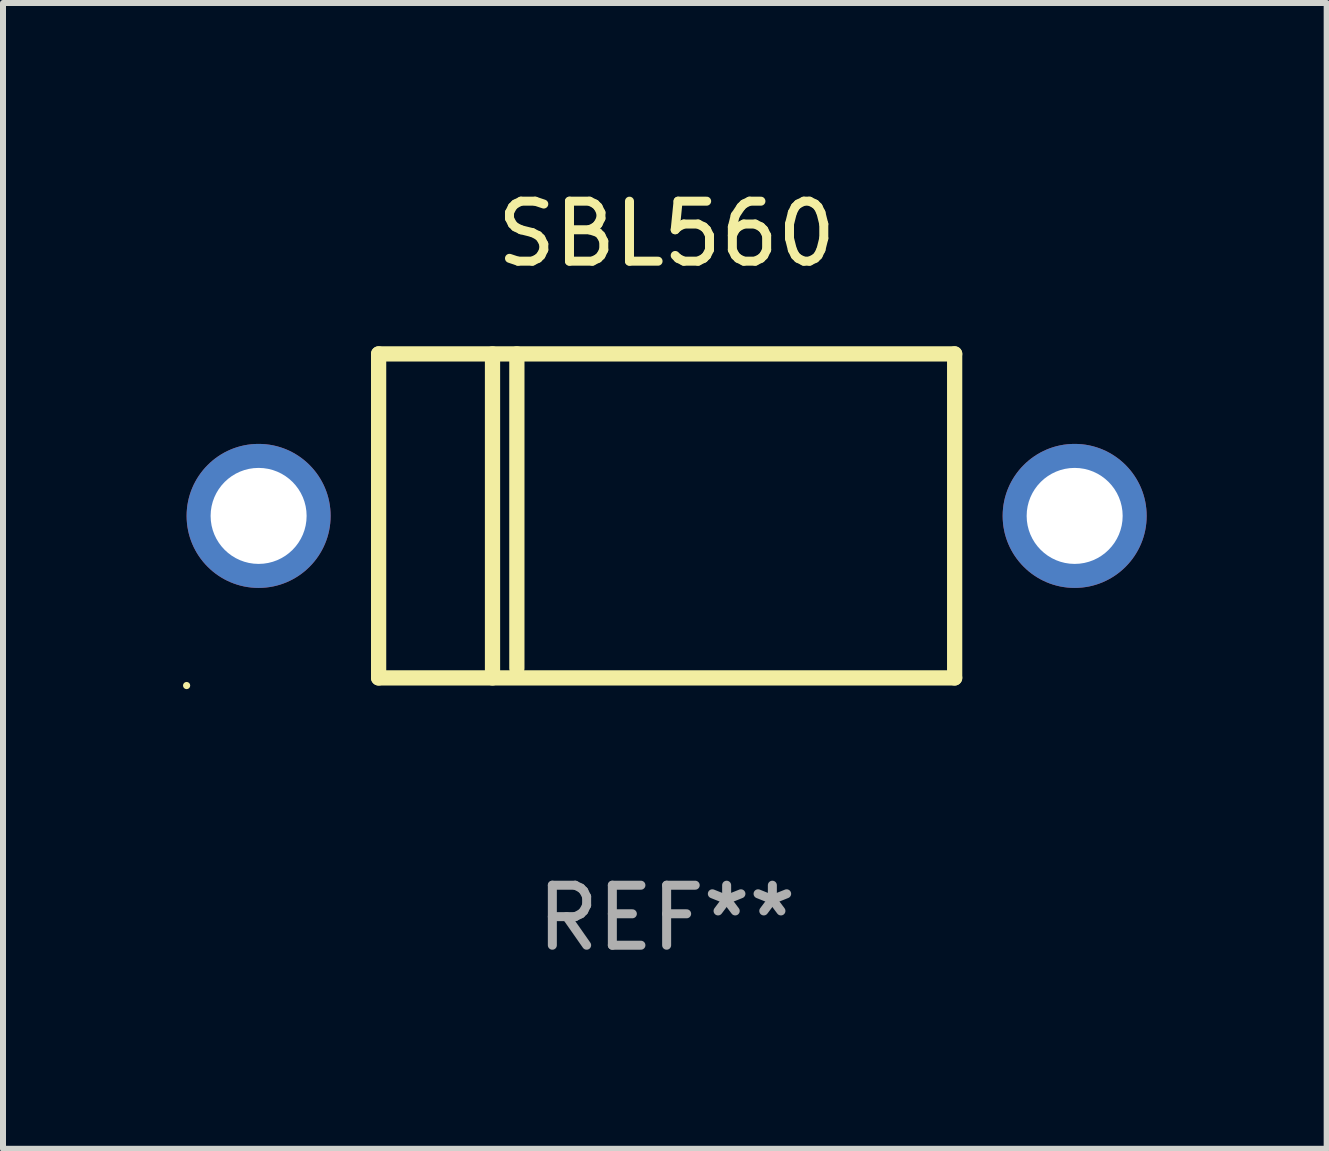
<source format=kicad_pcb>
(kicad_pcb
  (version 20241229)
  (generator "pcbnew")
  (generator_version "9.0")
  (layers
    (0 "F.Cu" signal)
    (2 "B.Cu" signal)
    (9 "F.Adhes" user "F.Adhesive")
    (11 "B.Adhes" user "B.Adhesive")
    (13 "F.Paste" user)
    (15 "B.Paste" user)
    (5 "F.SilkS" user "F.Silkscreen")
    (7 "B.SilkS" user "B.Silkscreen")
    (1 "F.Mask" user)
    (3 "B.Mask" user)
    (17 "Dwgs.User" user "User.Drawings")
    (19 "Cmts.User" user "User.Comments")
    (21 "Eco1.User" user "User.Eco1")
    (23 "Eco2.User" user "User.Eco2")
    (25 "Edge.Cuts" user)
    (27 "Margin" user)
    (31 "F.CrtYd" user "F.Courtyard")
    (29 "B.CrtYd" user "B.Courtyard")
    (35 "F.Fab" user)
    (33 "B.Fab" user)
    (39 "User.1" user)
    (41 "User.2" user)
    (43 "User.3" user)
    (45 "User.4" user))
  (footprint "SBL560"
    (layer "F.Cu")
    (at 8.06 5.548)
    (property "Reference" "SBL560" (at 0 -4.7 0) (layer "F.SilkS") (effects (font (size 1 1) (thickness 0.15))))
    (attr through_hole)
    (fp_line (start -4.8 -2.7) (end -4.8 2.7) (stroke (width 0.254) (type solid)) (layer "F.SilkS"))
    (fp_line (start -4.8 -2.7) (end 4.8 -2.7) (stroke (width 0.254) (type solid)) (layer "F.SilkS"))
    (fp_line (start -2.902 -2.7) (end -2.902 2.7) (stroke (width 0.254) (type solid)) (layer "F.SilkS"))
    (fp_line (start -2.496 -2.7) (end -2.496 2.54) (stroke (width 0.254) (type solid)) (layer "F.SilkS"))
    (fp_line (start 4.8 -2.7) (end 4.8 2.7) (stroke (width 0.254) (type solid)) (layer "F.SilkS"))
    (fp_line (start 4.8 2.7) (end -4.8 2.7) (stroke (width 0.254) (type solid)) (layer "F.SilkS"))
    (fp_circle (center -8 2.827) (end -7.97 2.827) (stroke (width 0.06) (type solid)) (fill no) (layer "F.SilkS"))
    (fp_text user "REF**" (at 0 6.7 0) (layer "F.Fab") (effects (font (size 1 1) (thickness 0.15))))
    (pad "1" thru_hole circle (at -6.8 0) (size 2.4 2.4) (drill 1.6) (layers "*.Cu" "*.Mask"))
    (pad "2" thru_hole circle (at 6.8 0) (size 2.4 2.4) (drill 1.6) (layers "*.Cu" "*.Mask")))
  (gr_rect
    (start -3 -3)
    (end 19.06 16.096)
    (stroke (width 0.1) (type default))
    (fill no)
    (layer "Edge.Cuts")))
</source>
